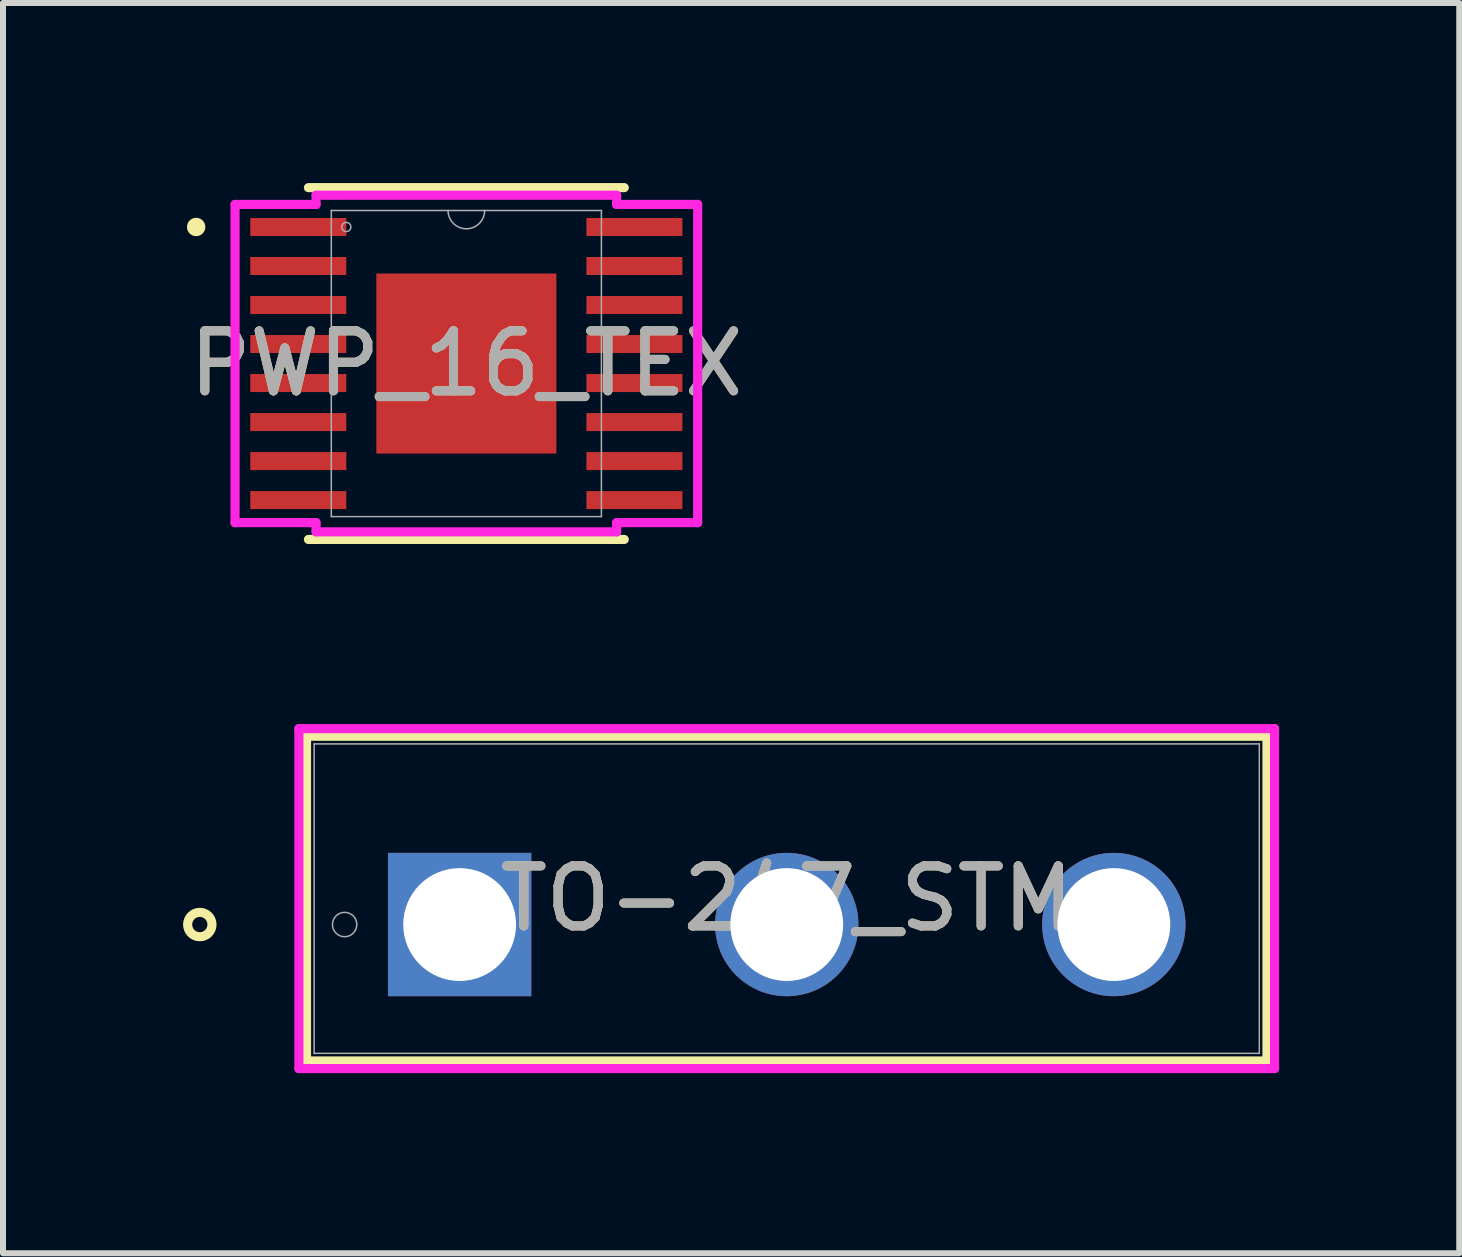
<source format=kicad_pcb>
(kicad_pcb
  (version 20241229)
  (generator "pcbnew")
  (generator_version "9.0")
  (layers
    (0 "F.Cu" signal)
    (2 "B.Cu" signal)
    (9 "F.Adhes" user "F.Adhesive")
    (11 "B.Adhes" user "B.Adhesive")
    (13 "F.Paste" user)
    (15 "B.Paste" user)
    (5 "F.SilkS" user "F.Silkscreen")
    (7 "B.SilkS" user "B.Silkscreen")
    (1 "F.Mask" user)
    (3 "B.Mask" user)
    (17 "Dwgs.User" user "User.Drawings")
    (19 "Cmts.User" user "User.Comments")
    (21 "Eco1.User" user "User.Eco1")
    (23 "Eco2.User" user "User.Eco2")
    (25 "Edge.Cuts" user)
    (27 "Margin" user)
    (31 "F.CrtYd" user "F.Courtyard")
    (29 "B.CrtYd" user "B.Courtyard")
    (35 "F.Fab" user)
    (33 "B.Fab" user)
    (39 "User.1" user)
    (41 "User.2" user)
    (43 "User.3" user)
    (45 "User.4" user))
  (footprint "PWP_16_TEX"
    (layer "F.Cu")
    (at 4.72 3.007)
    (property "Reference" "PWP_16_TEX" (at 0 0 0) (unlocked yes) (layer "F.SilkS") (effects (font (size 1 1) (thickness 0.15))))
    (attr smd)
    (fp_poly (pts (xy -3.6 -2.425) (xy -3.6 -2.125) (xy -2 -2.125) (xy -2 -2.425)) (stroke (width 0) (type solid)) (fill yes) (layer "F.Mask"))
    (fp_poly (pts (xy -3.6 -1.775) (xy -3.6 -1.475) (xy -2 -1.475) (xy -2 -1.775)) (stroke (width 0) (type solid)) (fill yes) (layer "F.Mask"))
    (fp_poly (pts (xy -3.6 -1.125) (xy -3.6 -0.825) (xy -2 -0.825) (xy -2 -1.125)) (stroke (width 0) (type solid)) (fill yes) (layer "F.Mask"))
    (fp_poly (pts (xy -3.6 -0.475) (xy -3.6 -0.175) (xy -2 -0.175) (xy -2 -0.475)) (stroke (width 0) (type solid)) (fill yes) (layer "F.Mask"))
    (fp_poly (pts (xy -3.6 0.175) (xy -3.6 0.475) (xy -2 0.475) (xy -2 0.175)) (stroke (width 0) (type solid)) (fill yes) (layer "F.Mask"))
    (fp_poly (pts (xy -3.6 0.825) (xy -3.6 1.125) (xy -2 1.125) (xy -2 0.825)) (stroke (width 0) (type solid)) (fill yes) (layer "F.Mask"))
    (fp_poly (pts (xy -3.6 1.475) (xy -3.6 1.775) (xy -2 1.775) (xy -2 1.475)) (stroke (width 0) (type solid)) (fill yes) (layer "F.Mask"))
    (fp_poly (pts (xy -3.6 2.125) (xy -3.6 2.425) (xy -2 2.425) (xy -2 2.125)) (stroke (width 0) (type solid)) (fill yes) (layer "F.Mask"))
    (fp_poly (pts (xy 2 -2.425) (xy 2 -2.125) (xy 3.6 -2.125) (xy 3.6 -2.425)) (stroke (width 0) (type solid)) (fill yes) (layer "F.Mask"))
    (fp_poly (pts (xy 2 -1.775) (xy 2 -1.475) (xy 3.6 -1.475) (xy 3.6 -1.775)) (stroke (width 0) (type solid)) (fill yes) (layer "F.Mask"))
    (fp_poly (pts (xy 2 -1.125) (xy 2 -0.825) (xy 3.6 -0.825) (xy 3.6 -1.125)) (stroke (width 0) (type solid)) (fill yes) (layer "F.Mask"))
    (fp_poly (pts (xy 2 -0.475) (xy 2 -0.175) (xy 3.6 -0.175) (xy 3.6 -0.475)) (stroke (width 0) (type solid)) (fill yes) (layer "F.Mask"))
    (fp_poly (pts (xy 2 0.175) (xy 2 0.475) (xy 3.6 0.475) (xy 3.6 0.175)) (stroke (width 0) (type solid)) (fill yes) (layer "F.Mask"))
    (fp_poly (pts (xy 2 0.825) (xy 2 1.125) (xy 3.6 1.125) (xy 3.6 0.825)) (stroke (width 0) (type solid)) (fill yes) (layer "F.Mask"))
    (fp_poly (pts (xy 2 1.475) (xy 2 1.775) (xy 3.6 1.775) (xy 3.6 1.475)) (stroke (width 0) (type solid)) (fill yes) (layer "F.Mask"))
    (fp_poly (pts (xy 2 2.125) (xy 2 2.425) (xy 3.6 2.425) (xy 3.6 2.125)) (stroke (width 0) (type solid)) (fill yes) (layer "F.Mask"))
    (fp_line (start -2.631 2.931) (end 2.631 2.931) (stroke (width 0.152) (type solid)) (layer "F.SilkS"))
    (fp_line (start 2.631 -2.931) (end -2.631 -2.931) (stroke (width 0.152) (type solid)) (layer "F.SilkS"))
    (fp_circle (center -4.502 -2.275) (end -4.425 -2.275) (stroke (width 0.152) (type solid)) (fill no) (layer "F.SilkS"))
    (fp_poly (pts (xy -3.575 -2.4) (xy -3.575 -2.15) (xy -2.025 -2.15) (xy -2.025 -2.4)) (stroke (width 0) (type solid)) (fill yes) (layer "F.Paste"))
    (fp_poly (pts (xy -3.575 -1.75) (xy -3.575 -1.5) (xy -2.025 -1.5) (xy -2.025 -1.75)) (stroke (width 0) (type solid)) (fill yes) (layer "F.Paste"))
    (fp_poly (pts (xy -3.575 -1.1) (xy -3.575 -0.85) (xy -2.025 -0.85) (xy -2.025 -1.1)) (stroke (width 0) (type solid)) (fill yes) (layer "F.Paste"))
    (fp_poly (pts (xy -3.575 -0.45) (xy -3.575 -0.2) (xy -2.025 -0.2) (xy -2.025 -0.45)) (stroke (width 0) (type solid)) (fill yes) (layer "F.Paste"))
    (fp_poly (pts (xy -3.575 0.2) (xy -3.575 0.45) (xy -2.025 0.45) (xy -2.025 0.2)) (stroke (width 0) (type solid)) (fill yes) (layer "F.Paste"))
    (fp_poly (pts (xy -3.575 0.85) (xy -3.575 1.1) (xy -2.025 1.1) (xy -2.025 0.85)) (stroke (width 0) (type solid)) (fill yes) (layer "F.Paste"))
    (fp_poly (pts (xy -3.575 1.5) (xy -3.575 1.75) (xy -2.025 1.75) (xy -2.025 1.5)) (stroke (width 0) (type solid)) (fill yes) (layer "F.Paste"))
    (fp_poly (pts (xy -3.575 2.15) (xy -3.575 2.4) (xy -2.025 2.4) (xy -2.025 2.15)) (stroke (width 0) (type solid)) (fill yes) (layer "F.Paste"))
    (fp_poly (pts (xy -1.4 -1.4) (xy -1.4 -0.1) (xy -0.1 -0.1) (xy -0.1 -1.4)) (stroke (width 0) (type solid)) (fill yes) (layer "F.Paste"))
    (fp_poly (pts (xy -1.4 0.1) (xy -1.4 1.4) (xy -0.1 1.4) (xy -0.1 0.1)) (stroke (width 0) (type solid)) (fill yes) (layer "F.Paste"))
    (fp_poly (pts (xy 0.1 -1.4) (xy 0.1 -0.1) (xy 1.4 -0.1) (xy 1.4 -1.4)) (stroke (width 0) (type solid)) (fill yes) (layer "F.Paste"))
    (fp_poly (pts (xy 0.1 0.1) (xy 0.1 1.4) (xy 1.4 1.4) (xy 1.4 0.1)) (stroke (width 0) (type solid)) (fill yes) (layer "F.Paste"))
    (fp_poly (pts (xy 2.025 -2.4) (xy 2.025 -2.15) (xy 3.575 -2.15) (xy 3.575 -2.4)) (stroke (width 0) (type solid)) (fill yes) (layer "F.Paste"))
    (fp_poly (pts (xy 2.025 -1.75) (xy 2.025 -1.5) (xy 3.575 -1.5) (xy 3.575 -1.75)) (stroke (width 0) (type solid)) (fill yes) (layer "F.Paste"))
    (fp_poly (pts (xy 2.025 -1.1) (xy 2.025 -0.85) (xy 3.575 -0.85) (xy 3.575 -1.1)) (stroke (width 0) (type solid)) (fill yes) (layer "F.Paste"))
    (fp_poly (pts (xy 2.025 -0.45) (xy 2.025 -0.2) (xy 3.575 -0.2) (xy 3.575 -0.45)) (stroke (width 0) (type solid)) (fill yes) (layer "F.Paste"))
    (fp_poly (pts (xy 2.025 0.2) (xy 2.025 0.45) (xy 3.575 0.45) (xy 3.575 0.2)) (stroke (width 0) (type solid)) (fill yes) (layer "F.Paste"))
    (fp_poly (pts (xy 2.025 0.85) (xy 2.025 1.1) (xy 3.575 1.1) (xy 3.575 0.85)) (stroke (width 0) (type solid)) (fill yes) (layer "F.Paste"))
    (fp_poly (pts (xy 2.025 1.5) (xy 2.025 1.75) (xy 3.575 1.75) (xy 3.575 1.5)) (stroke (width 0) (type solid)) (fill yes) (layer "F.Paste"))
    (fp_poly (pts (xy 2.025 2.15) (xy 2.025 2.4) (xy 3.575 2.4) (xy 3.575 2.15)) (stroke (width 0) (type solid)) (fill yes) (layer "F.Paste"))
    (fp_line (start -3.854 -2.651) (end -2.504 -2.651) (stroke (width 0.152) (type solid)) (layer "F.CrtYd"))
    (fp_line (start -3.854 2.651) (end -3.854 -2.651) (stroke (width 0.152) (type solid)) (layer "F.CrtYd"))
    (fp_line (start -3.854 2.651) (end -2.504 2.651) (stroke (width 0.152) (type solid)) (layer "F.CrtYd"))
    (fp_line (start -2.504 -2.804) (end 2.504 -2.804) (stroke (width 0.152) (type solid)) (layer "F.CrtYd"))
    (fp_line (start -2.504 -2.651) (end -2.504 -2.804) (stroke (width 0.152) (type solid)) (layer "F.CrtYd"))
    (fp_line (start -2.504 2.804) (end -2.504 2.651) (stroke (width 0.152) (type solid)) (layer "F.CrtYd"))
    (fp_line (start 2.504 -2.804) (end 2.504 -2.651) (stroke (width 0.152) (type solid)) (layer "F.CrtYd"))
    (fp_line (start 2.504 2.651) (end 2.504 2.804) (stroke (width 0.152) (type solid)) (layer "F.CrtYd"))
    (fp_line (start 2.504 2.804) (end -2.504 2.804) (stroke (width 0.152) (type solid)) (layer "F.CrtYd"))
    (fp_line (start 3.854 -2.651) (end 2.504 -2.651) (stroke (width 0.152) (type solid)) (layer "F.CrtYd"))
    (fp_line (start 3.854 -2.651) (end 3.854 2.651) (stroke (width 0.152) (type solid)) (layer "F.CrtYd"))
    (fp_line (start 3.854 2.651) (end 2.504 2.651) (stroke (width 0.152) (type solid)) (layer "F.CrtYd"))
    (fp_line (start -2.25 -2.55) (end -2.25 2.55) (stroke (width 0.025) (type solid)) (layer "F.Fab"))
    (fp_line (start -2.25 2.55) (end 2.25 2.55) (stroke (width 0.025) (type solid)) (layer "F.Fab"))
    (fp_line (start 2.25 -2.55) (end -2.25 -2.55) (stroke (width 0.025) (type solid)) (layer "F.Fab"))
    (fp_line (start 2.25 2.55) (end 2.25 -2.55) (stroke (width 0.025) (type solid)) (layer "F.Fab"))
    (fp_arc (start 0.3048 -2.55) (mid 0 -2.2452) (end -0.3048 -2.55) (stroke (width 0.0254) (type solid)) (layer "F.Fab"))
    (fp_circle (center -2 -2.275) (end -1.924 -2.275) (stroke (width 0.025) (type solid)) (fill no) (layer "F.Fab"))
    (fp_text user "${REFERENCE}" (at 0 0 0) (unlocked yes) (layer "F.Fab") (effects (font (size 1 1) (thickness 0.15))))
    (pad "1" smd rect (at -2.8 -2.275) (size 1.6 0.3) (layers "F.Cu" "F.Mask" "F.Paste"))
    (pad "2" smd rect (at -2.8 -1.625) (size 1.6 0.3) (layers "F.Cu" "F.Mask" "F.Paste"))
    (pad "3" smd rect (at -2.8 -0.975) (size 1.6 0.3) (layers "F.Cu" "F.Mask" "F.Paste"))
    (pad "4" smd rect (at -2.8 -0.325) (size 1.6 0.3) (layers "F.Cu" "F.Mask" "F.Paste"))
    (pad "5" smd rect (at -2.8 0.325) (size 1.6 0.3) (layers "F.Cu" "F.Mask" "F.Paste"))
    (pad "6" smd rect (at -2.8 0.975) (size 1.6 0.3) (layers "F.Cu" "F.Mask" "F.Paste"))
    (pad "7" smd rect (at -2.8 1.625) (size 1.6 0.3) (layers "F.Cu" "F.Mask" "F.Paste"))
    (pad "8" smd rect (at -2.8 2.275) (size 1.6 0.3) (layers "F.Cu" "F.Mask" "F.Paste"))
    (pad "9" smd rect (at 2.8 2.275) (size 1.6 0.3) (layers "F.Cu" "F.Mask" "F.Paste"))
    (pad "10" smd rect (at 2.8 1.625) (size 1.6 0.3) (layers "F.Cu" "F.Mask" "F.Paste"))
    (pad "11" smd rect (at 2.8 0.975) (size 1.6 0.3) (layers "F.Cu" "F.Mask" "F.Paste"))
    (pad "12" smd rect (at 2.8 0.325) (size 1.6 0.3) (layers "F.Cu" "F.Mask" "F.Paste"))
    (pad "13" smd rect (at 2.8 -0.325) (size 1.6 0.3) (layers "F.Cu" "F.Mask" "F.Paste"))
    (pad "14" smd rect (at 2.8 -0.975) (size 1.6 0.3) (layers "F.Cu" "F.Mask" "F.Paste"))
    (pad "15" smd rect (at 2.8 -1.625) (size 1.6 0.3) (layers "F.Cu" "F.Mask" "F.Paste"))
    (pad "16" smd rect (at 2.8 -2.275) (size 1.6 0.3) (layers "F.Cu" "F.Mask" "F.Paste"))
    (pad "17" smd rect (at 0 0) (size 3 3) (layers "F.Cu" "F.Mask")))
  (footprint "TO-247_STM"
    (layer "F.Cu")
    (at 4.608 12.354)
    (property "Reference" "TO-247_STM" (at 5.45 -0.432 0) (unlocked yes) (layer "F.SilkS") (effects (font (size 1 1) (thickness 0.15))))
    (attr through_hole)
    (fp_line (start -2.551 -3.137) (end -2.551 2.273) (stroke (width 0.152) (type solid)) (layer "F.SilkS"))
    (fp_line (start -2.551 2.273) (end 13.451 2.273) (stroke (width 0.152) (type solid)) (layer "F.SilkS"))
    (fp_line (start 13.451 -3.137) (end -2.551 -3.137) (stroke (width 0.152) (type solid)) (layer "F.SilkS"))
    (fp_line (start 13.451 2.273) (end 13.451 -3.137) (stroke (width 0.152) (type solid)) (layer "F.SilkS"))
    (fp_circle (center -4.329 0) (end -4.126 0) (stroke (width 0.152) (type solid)) (fill no) (layer "F.SilkS"))
    (fp_line (start -2.678 -3.264) (end 13.578 -3.264) (stroke (width 0.152) (type solid)) (layer "F.CrtYd"))
    (fp_line (start -2.678 2.4) (end -2.678 -3.264) (stroke (width 0.152) (type solid)) (layer "F.CrtYd"))
    (fp_line (start 13.578 -3.264) (end 13.578 2.4) (stroke (width 0.152) (type solid)) (layer "F.CrtYd"))
    (fp_line (start 13.578 2.4) (end -2.678 2.4) (stroke (width 0.152) (type solid)) (layer "F.CrtYd"))
    (fp_line (start -2.424 -3.01) (end -2.424 2.146) (stroke (width 0.025) (type solid)) (layer "F.Fab"))
    (fp_line (start -2.424 2.146) (end 13.324 2.146) (stroke (width 0.025) (type solid)) (layer "F.Fab"))
    (fp_line (start -0.254 0) (end 0.254 0) (stroke (width 0.152) (type solid)) (layer "F.Fab"))
    (fp_line (start 0 0.254) (end 0 -0.254) (stroke (width 0.152) (type solid)) (layer "F.Fab"))
    (fp_line (start 13.324 -3.01) (end -2.424 -3.01) (stroke (width 0.025) (type solid)) (layer "F.Fab"))
    (fp_line (start 13.324 2.146) (end 13.324 -3.01) (stroke (width 0.025) (type solid)) (layer "F.Fab"))
    (fp_circle (center -1.916 0) (end -1.713 0) (stroke (width 0.025) (type solid)) (fill no) (layer "F.Fab"))
    (fp_text user "${REFERENCE}" (at 5.45 -0.432 0) (unlocked yes) (layer "F.Fab") (effects (font (size 1 1) (thickness 0.15))))
    (pad "1" thru_hole rect (at 0 0) (size 2.388 2.388) (drill 1.88) (layers "*.Cu" "*.Mask"))
    (pad "2" thru_hole circle (at 5.45 0) (size 2.388 2.388) (drill 1.88) (layers "*.Cu" "*.Mask"))
    (pad "3" thru_hole circle (at 10.9 0) (size 2.388 2.388) (drill 1.88) (layers "*.Cu" "*.Mask")))
  (gr_rect
    (start -3 -3)
    (end 21.263 17.831)
    (stroke (width 0.1) (type default))
    (fill no)
    (layer "Edge.Cuts")))
</source>
